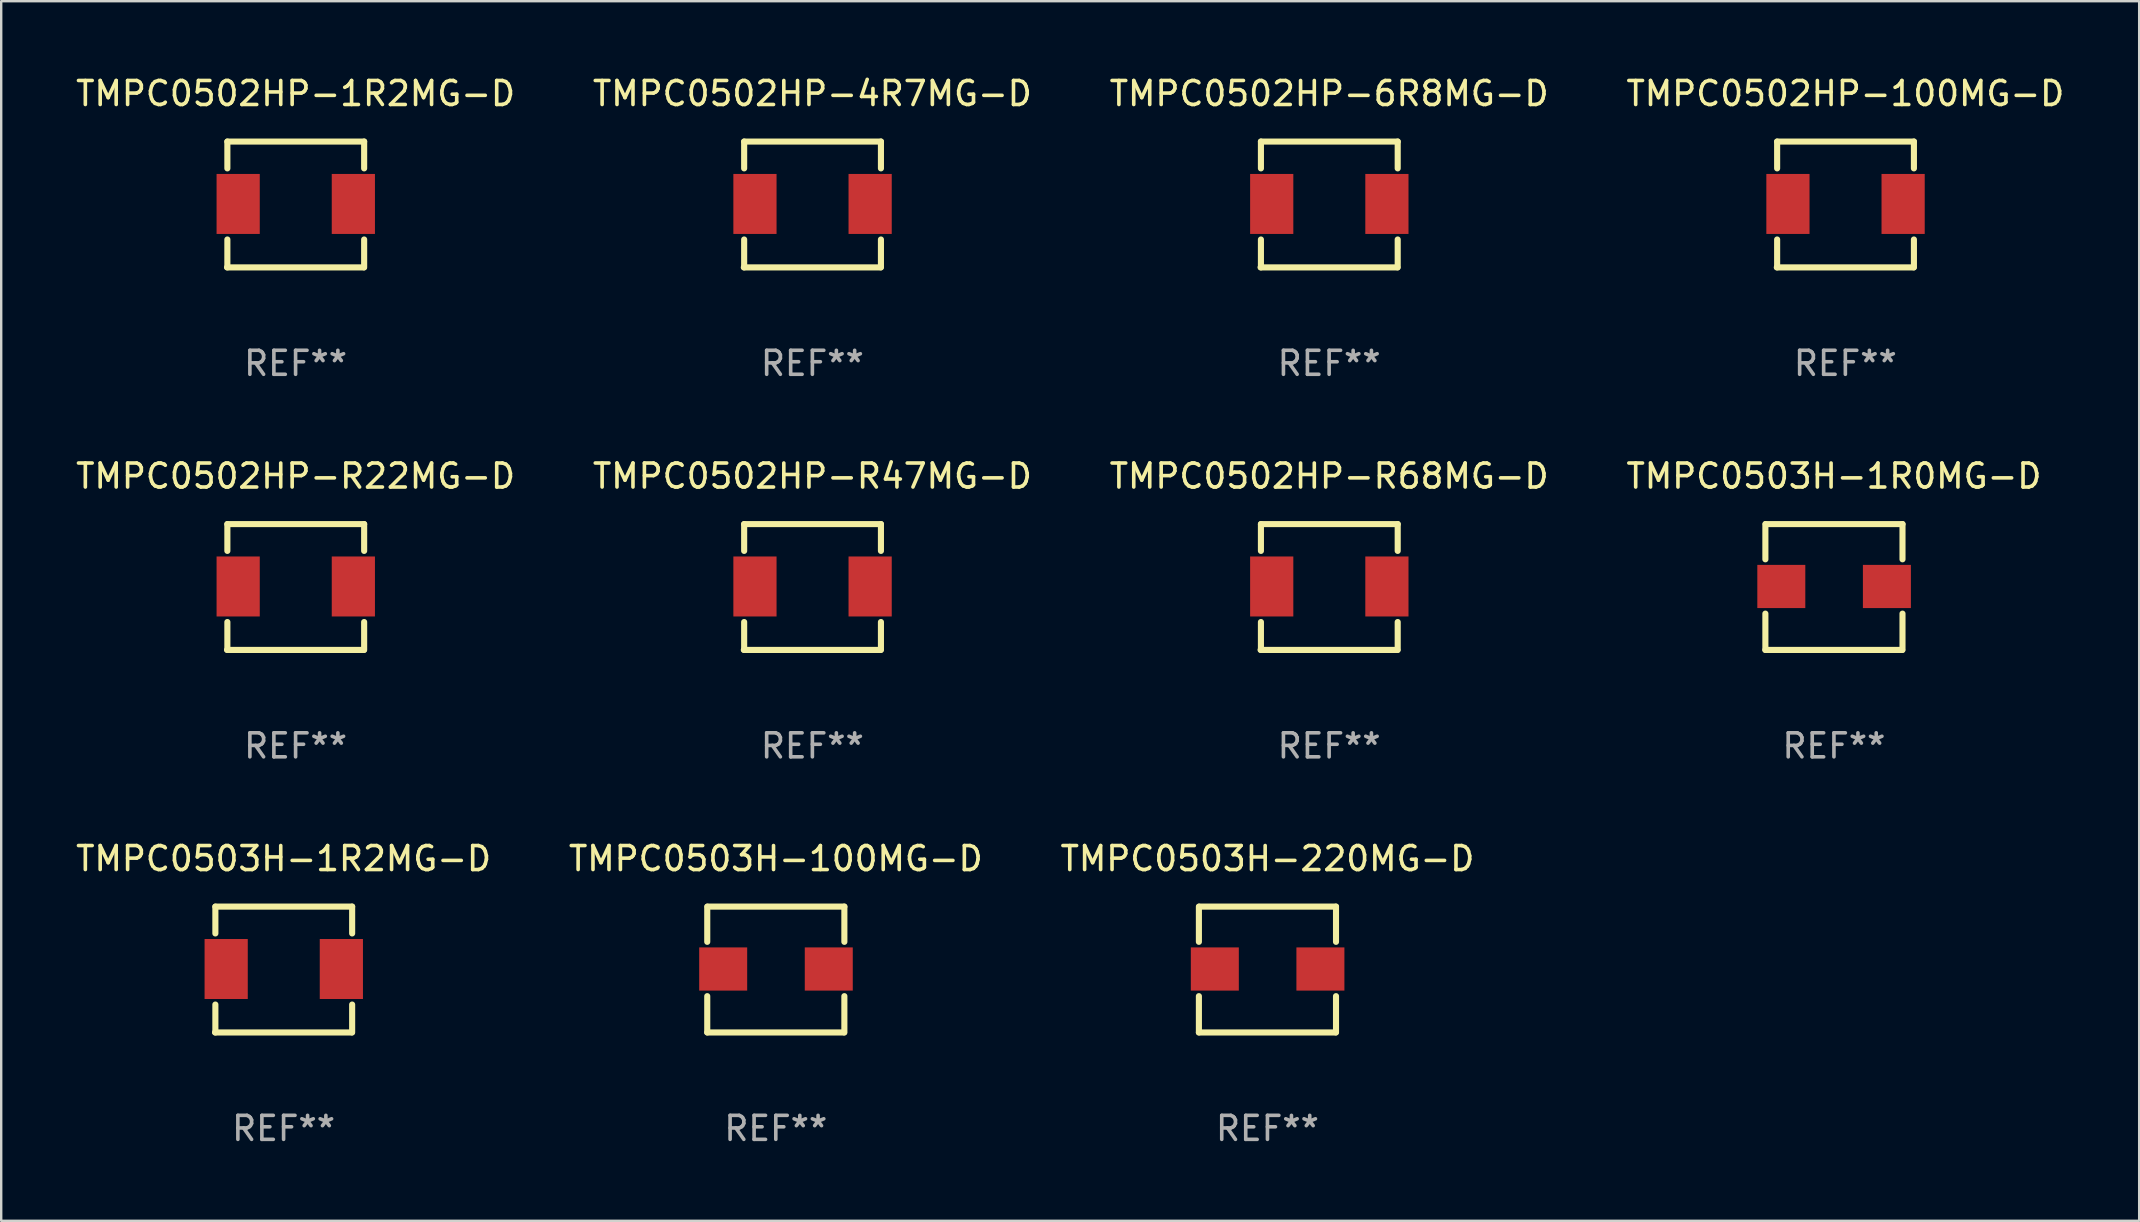
<source format=kicad_pcb>
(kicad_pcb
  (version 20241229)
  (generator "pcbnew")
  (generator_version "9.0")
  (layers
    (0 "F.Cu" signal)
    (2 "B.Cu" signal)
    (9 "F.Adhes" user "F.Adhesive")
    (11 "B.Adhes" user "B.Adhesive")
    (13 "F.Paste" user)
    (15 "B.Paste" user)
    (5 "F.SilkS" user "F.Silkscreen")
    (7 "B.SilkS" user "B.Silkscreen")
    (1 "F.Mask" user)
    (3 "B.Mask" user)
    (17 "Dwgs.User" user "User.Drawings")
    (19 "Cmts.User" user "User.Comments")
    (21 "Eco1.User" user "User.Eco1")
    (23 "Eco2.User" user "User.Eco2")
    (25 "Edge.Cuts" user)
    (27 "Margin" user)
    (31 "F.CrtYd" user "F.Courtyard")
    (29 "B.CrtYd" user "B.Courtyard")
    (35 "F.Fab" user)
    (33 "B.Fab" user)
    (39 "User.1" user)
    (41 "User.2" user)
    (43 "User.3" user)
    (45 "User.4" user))
  (footprint "TMPC0503H-1R0MG-D"
    (layer "F.Cu")
    (at 73.375 21.412)
    (property "Reference" "TMPC0503H-1R0MG-D" (at 0 -4.622 0) (layer "F.SilkS") (effects (font (size 1 1) (thickness 0.15))))
    (attr through_hole)
    (fp_line (start -2.857 -1.154) (end -2.857 -2.622) (stroke (width 0.254) (type solid)) (layer "F.SilkS"))
    (fp_line (start -2.857 2.622) (end -2.857 1.109) (stroke (width 0.254) (type solid)) (layer "F.SilkS"))
    (fp_line (start -2.843 -2.622) (end 2.857 -2.622) (stroke (width 0.254) (type solid)) (layer "F.SilkS"))
    (fp_line (start 2.843 2.622) (end -2.857 2.622) (stroke (width 0.254) (type solid)) (layer "F.SilkS"))
    (fp_line (start 2.857 -2.622) (end 2.857 -1.154) (stroke (width 0.254) (type solid)) (layer "F.SilkS"))
    (fp_line (start 2.857 1.109) (end 2.857 2.622) (stroke (width 0.254) (type solid)) (layer "F.SilkS"))
    (fp_circle (center -2.843 2.578) (end -2.813 2.578) (stroke (width 0.06) (type solid)) (fill no) (layer "F.SilkS"))
    (fp_text user "REF**" (at 0 6.622 0) (layer "F.Fab") (effects (font (size 1 1) (thickness 0.15))))
    (pad "1" smd rect (at -2.193 -0.022 270) (size 1.8 2) (layers "F.Cu" "F.Mask" "F.Paste"))
    (pad "2" smd rect (at 2.207 -0.022 270) (size 1.8 2) (layers "F.Cu" "F.Mask" "F.Paste")))
  (footprint "TMPC0502HP-6R8MG-D"
    (layer "F.Cu")
    (at 52.339 5.471)
    (property "Reference" "TMPC0502HP-6R8MG-D" (at 0 -4.622 0) (layer "F.SilkS") (effects (font (size 1 1) (thickness 0.15))))
    (attr through_hole)
    (fp_line (start -2.843 -2.622) (end -2.843 -1.504) (stroke (width 0.254) (type solid)) (layer "F.SilkS"))
    (fp_line (start -2.843 -2.622) (end 2.857 -2.622) (stroke (width 0.254) (type solid)) (layer "F.SilkS"))
    (fp_line (start -2.843 1.459) (end -2.843 2.622) (stroke (width 0.254) (type solid)) (layer "F.SilkS"))
    (fp_line (start 2.843 2.622) (end -2.857 2.622) (stroke (width 0.254) (type solid)) (layer "F.SilkS"))
    (fp_line (start 2.857 -2.622) (end 2.857 -1.504) (stroke (width 0.254) (type solid)) (layer "F.SilkS"))
    (fp_line (start 2.857 1.459) (end 2.857 2.622) (stroke (width 0.254) (type solid)) (layer "F.SilkS"))
    (fp_circle (center -2.843 2.578) (end -2.813 2.578) (stroke (width 0.06) (type solid)) (fill no) (layer "F.SilkS"))
    (fp_text user "REF**" (at 0 6.622 0) (layer "F.Fab") (effects (font (size 1 1) (thickness 0.15))))
    (pad "1" smd rect (at -2.393 -0.022 270) (size 2.5 1.8) (layers "F.Cu" "F.Mask" "F.Paste"))
    (pad "2" smd rect (at 2.407 -0.022 270) (size 2.5 1.8) (layers "F.Cu" "F.Mask" "F.Paste")))
  (footprint "TMPC0502HP-R68MG-D"
    (layer "F.Cu")
    (at 52.339 21.412)
    (property "Reference" "TMPC0502HP-R68MG-D" (at 0 -4.622 0) (layer "F.SilkS") (effects (font (size 1 1) (thickness 0.15))))
    (attr through_hole)
    (fp_line (start -2.843 -2.622) (end -2.843 -1.504) (stroke (width 0.254) (type solid)) (layer "F.SilkS"))
    (fp_line (start -2.843 -2.622) (end 2.857 -2.622) (stroke (width 0.254) (type solid)) (layer "F.SilkS"))
    (fp_line (start -2.843 1.459) (end -2.843 2.622) (stroke (width 0.254) (type solid)) (layer "F.SilkS"))
    (fp_line (start 2.843 2.622) (end -2.857 2.622) (stroke (width 0.254) (type solid)) (layer "F.SilkS"))
    (fp_line (start 2.857 -2.622) (end 2.857 -1.504) (stroke (width 0.254) (type solid)) (layer "F.SilkS"))
    (fp_line (start 2.857 1.459) (end 2.857 2.622) (stroke (width 0.254) (type solid)) (layer "F.SilkS"))
    (fp_circle (center -2.843 2.578) (end -2.813 2.578) (stroke (width 0.06) (type solid)) (fill no) (layer "F.SilkS"))
    (fp_text user "REF**" (at 0 6.622 0) (layer "F.Fab") (effects (font (size 1 1) (thickness 0.15))))
    (pad "1" smd rect (at -2.393 -0.022 270) (size 2.5 1.8) (layers "F.Cu" "F.Mask" "F.Paste"))
    (pad "2" smd rect (at 2.407 -0.022 270) (size 2.5 1.8) (layers "F.Cu" "F.Mask" "F.Paste")))
  (footprint "TMPC0502HP-1R2MG-D"
    (layer "F.Cu")
    (at 9.268 5.471)
    (property "Reference" "TMPC0502HP-1R2MG-D" (at 0 -4.622 0) (layer "F.SilkS") (effects (font (size 1 1) (thickness 0.15))))
    (attr through_hole)
    (fp_line (start -2.843 -2.622) (end -2.843 -1.504) (stroke (width 0.254) (type solid)) (layer "F.SilkS"))
    (fp_line (start -2.843 -2.622) (end 2.857 -2.622) (stroke (width 0.254) (type solid)) (layer "F.SilkS"))
    (fp_line (start -2.843 1.459) (end -2.843 2.622) (stroke (width 0.254) (type solid)) (layer "F.SilkS"))
    (fp_line (start 2.843 2.622) (end -2.857 2.622) (stroke (width 0.254) (type solid)) (layer "F.SilkS"))
    (fp_line (start 2.857 -2.622) (end 2.857 -1.504) (stroke (width 0.254) (type solid)) (layer "F.SilkS"))
    (fp_line (start 2.857 1.459) (end 2.857 2.622) (stroke (width 0.254) (type solid)) (layer "F.SilkS"))
    (fp_circle (center -2.843 2.578) (end -2.813 2.578) (stroke (width 0.06) (type solid)) (fill no) (layer "F.SilkS"))
    (fp_text user "REF**" (at 0 6.622 0) (layer "F.Fab") (effects (font (size 1 1) (thickness 0.15))))
    (pad "1" smd rect (at -2.393 -0.022 270) (size 2.5 1.8) (layers "F.Cu" "F.Mask" "F.Paste"))
    (pad "2" smd rect (at 2.407 -0.022 270) (size 2.5 1.8) (layers "F.Cu" "F.Mask" "F.Paste")))
  (footprint "TMPC0502HP-100MG-D"
    (layer "F.Cu")
    (at 73.851 5.471)
    (property "Reference" "TMPC0502HP-100MG-D" (at 0 -4.622 0) (layer "F.SilkS") (effects (font (size 1 1) (thickness 0.15))))
    (attr through_hole)
    (fp_line (start -2.843 -2.622) (end -2.843 -1.504) (stroke (width 0.254) (type solid)) (layer "F.SilkS"))
    (fp_line (start -2.843 -2.622) (end 2.857 -2.622) (stroke (width 0.254) (type solid)) (layer "F.SilkS"))
    (fp_line (start -2.843 1.459) (end -2.843 2.622) (stroke (width 0.254) (type solid)) (layer "F.SilkS"))
    (fp_line (start 2.843 2.622) (end -2.857 2.622) (stroke (width 0.254) (type solid)) (layer "F.SilkS"))
    (fp_line (start 2.857 -2.622) (end 2.857 -1.504) (stroke (width 0.254) (type solid)) (layer "F.SilkS"))
    (fp_line (start 2.857 1.459) (end 2.857 2.622) (stroke (width 0.254) (type solid)) (layer "F.SilkS"))
    (fp_circle (center -2.843 2.578) (end -2.813 2.578) (stroke (width 0.06) (type solid)) (fill no) (layer "F.SilkS"))
    (fp_text user "REF**" (at 0 6.622 0) (layer "F.Fab") (effects (font (size 1 1) (thickness 0.15))))
    (pad "1" smd rect (at -2.393 -0.022 270) (size 2.5 1.8) (layers "F.Cu" "F.Mask" "F.Paste"))
    (pad "2" smd rect (at 2.407 -0.022 270) (size 2.5 1.8) (layers "F.Cu" "F.Mask" "F.Paste")))
  (footprint "TMPC0503H-100MG-D"
    (layer "F.Cu")
    (at 29.28 37.353)
    (property "Reference" "TMPC0503H-100MG-D" (at 0 -4.622 0) (layer "F.SilkS") (effects (font (size 1 1) (thickness 0.15))))
    (attr through_hole)
    (fp_line (start -2.857 -1.154) (end -2.857 -2.622) (stroke (width 0.254) (type solid)) (layer "F.SilkS"))
    (fp_line (start -2.857 2.622) (end -2.857 1.109) (stroke (width 0.254) (type solid)) (layer "F.SilkS"))
    (fp_line (start -2.843 -2.622) (end 2.857 -2.622) (stroke (width 0.254) (type solid)) (layer "F.SilkS"))
    (fp_line (start 2.843 2.622) (end -2.857 2.622) (stroke (width 0.254) (type solid)) (layer "F.SilkS"))
    (fp_line (start 2.857 -2.622) (end 2.857 -1.154) (stroke (width 0.254) (type solid)) (layer "F.SilkS"))
    (fp_line (start 2.857 1.109) (end 2.857 2.622) (stroke (width 0.254) (type solid)) (layer "F.SilkS"))
    (fp_circle (center -2.843 2.578) (end -2.813 2.578) (stroke (width 0.06) (type solid)) (fill no) (layer "F.SilkS"))
    (fp_text user "REF**" (at 0 6.622 0) (layer "F.Fab") (effects (font (size 1 1) (thickness 0.15))))
    (pad "1" smd rect (at -2.193 -0.022 270) (size 1.8 2) (layers "F.Cu" "F.Mask" "F.Paste"))
    (pad "2" smd rect (at 2.207 -0.022 270) (size 1.8 2) (layers "F.Cu" "F.Mask" "F.Paste")))
  (footprint "TMPC0502HP-4R7MG-D"
    (layer "F.Cu")
    (at 30.804 5.471)
    (property "Reference" "TMPC0502HP-4R7MG-D" (at 0 -4.622 0) (layer "F.SilkS") (effects (font (size 1 1) (thickness 0.15))))
    (attr through_hole)
    (fp_line (start -2.843 -2.622) (end -2.843 -1.504) (stroke (width 0.254) (type solid)) (layer "F.SilkS"))
    (fp_line (start -2.843 -2.622) (end 2.857 -2.622) (stroke (width 0.254) (type solid)) (layer "F.SilkS"))
    (fp_line (start -2.843 1.459) (end -2.843 2.622) (stroke (width 0.254) (type solid)) (layer "F.SilkS"))
    (fp_line (start 2.843 2.622) (end -2.857 2.622) (stroke (width 0.254) (type solid)) (layer "F.SilkS"))
    (fp_line (start 2.857 -2.622) (end 2.857 -1.504) (stroke (width 0.254) (type solid)) (layer "F.SilkS"))
    (fp_line (start 2.857 1.459) (end 2.857 2.622) (stroke (width 0.254) (type solid)) (layer "F.SilkS"))
    (fp_circle (center -2.843 2.578) (end -2.813 2.578) (stroke (width 0.06) (type solid)) (fill no) (layer "F.SilkS"))
    (fp_text user "REF**" (at 0 6.622 0) (layer "F.Fab") (effects (font (size 1 1) (thickness 0.15))))
    (pad "1" smd rect (at -2.393 -0.022 270) (size 2.5 1.8) (layers "F.Cu" "F.Mask" "F.Paste"))
    (pad "2" smd rect (at 2.407 -0.022 270) (size 2.5 1.8) (layers "F.Cu" "F.Mask" "F.Paste")))
  (footprint "TMPC0502HP-R47MG-D"
    (layer "F.Cu")
    (at 30.804 21.412)
    (property "Reference" "TMPC0502HP-R47MG-D" (at 0 -4.622 0) (layer "F.SilkS") (effects (font (size 1 1) (thickness 0.15))))
    (attr through_hole)
    (fp_line (start -2.843 -2.622) (end -2.843 -1.504) (stroke (width 0.254) (type solid)) (layer "F.SilkS"))
    (fp_line (start -2.843 -2.622) (end 2.857 -2.622) (stroke (width 0.254) (type solid)) (layer "F.SilkS"))
    (fp_line (start -2.843 1.459) (end -2.843 2.622) (stroke (width 0.254) (type solid)) (layer "F.SilkS"))
    (fp_line (start 2.843 2.622) (end -2.857 2.622) (stroke (width 0.254) (type solid)) (layer "F.SilkS"))
    (fp_line (start 2.857 -2.622) (end 2.857 -1.504) (stroke (width 0.254) (type solid)) (layer "F.SilkS"))
    (fp_line (start 2.857 1.459) (end 2.857 2.622) (stroke (width 0.254) (type solid)) (layer "F.SilkS"))
    (fp_circle (center -2.843 2.578) (end -2.813 2.578) (stroke (width 0.06) (type solid)) (fill no) (layer "F.SilkS"))
    (fp_text user "REF**" (at 0 6.622 0) (layer "F.Fab") (effects (font (size 1 1) (thickness 0.15))))
    (pad "1" smd rect (at -2.393 -0.022 270) (size 2.5 1.8) (layers "F.Cu" "F.Mask" "F.Paste"))
    (pad "2" smd rect (at 2.407 -0.022 270) (size 2.5 1.8) (layers "F.Cu" "F.Mask" "F.Paste")))
  (footprint "TMPC0503H-220MG-D"
    (layer "F.Cu")
    (at 49.768 37.353)
    (property "Reference" "TMPC0503H-220MG-D" (at 0 -4.622 0) (layer "F.SilkS") (effects (font (size 1 1) (thickness 0.15))))
    (attr through_hole)
    (fp_line (start -2.857 -1.154) (end -2.857 -2.622) (stroke (width 0.254) (type solid)) (layer "F.SilkS"))
    (fp_line (start -2.857 2.622) (end -2.857 1.109) (stroke (width 0.254) (type solid)) (layer "F.SilkS"))
    (fp_line (start -2.843 -2.622) (end 2.857 -2.622) (stroke (width 0.254) (type solid)) (layer "F.SilkS"))
    (fp_line (start 2.843 2.622) (end -2.857 2.622) (stroke (width 0.254) (type solid)) (layer "F.SilkS"))
    (fp_line (start 2.857 -2.622) (end 2.857 -1.154) (stroke (width 0.254) (type solid)) (layer "F.SilkS"))
    (fp_line (start 2.857 1.109) (end 2.857 2.622) (stroke (width 0.254) (type solid)) (layer "F.SilkS"))
    (fp_circle (center -2.843 2.578) (end -2.813 2.578) (stroke (width 0.06) (type solid)) (fill no) (layer "F.SilkS"))
    (fp_text user "REF**" (at 0 6.622 0) (layer "F.Fab") (effects (font (size 1 1) (thickness 0.15))))
    (pad "1" smd rect (at -2.193 -0.022 270) (size 1.8 2) (layers "F.Cu" "F.Mask" "F.Paste"))
    (pad "2" smd rect (at 2.207 -0.022 270) (size 1.8 2) (layers "F.Cu" "F.Mask" "F.Paste")))
  (footprint "TMPC0503H-1R2MG-D"
    (layer "F.Cu")
    (at 8.768 37.353)
    (property "Reference" "TMPC0503H-1R2MG-D" (at 0 -4.622 0) (layer "F.SilkS") (effects (font (size 1 1) (thickness 0.15))))
    (attr through_hole)
    (fp_line (start -2.843 -2.622) (end -2.843 -1.504) (stroke (width 0.254) (type solid)) (layer "F.SilkS"))
    (fp_line (start -2.843 -2.622) (end 2.857 -2.622) (stroke (width 0.254) (type solid)) (layer "F.SilkS"))
    (fp_line (start -2.843 1.459) (end -2.843 2.622) (stroke (width 0.254) (type solid)) (layer "F.SilkS"))
    (fp_line (start 2.843 2.622) (end -2.857 2.622) (stroke (width 0.254) (type solid)) (layer "F.SilkS"))
    (fp_line (start 2.857 -2.622) (end 2.857 -1.504) (stroke (width 0.254) (type solid)) (layer "F.SilkS"))
    (fp_line (start 2.857 1.459) (end 2.857 2.622) (stroke (width 0.254) (type solid)) (layer "F.SilkS"))
    (fp_circle (center -2.843 2.578) (end -2.813 2.578) (stroke (width 0.06) (type solid)) (fill no) (layer "F.SilkS"))
    (fp_text user "REF**" (at 0 6.622 0) (layer "F.Fab") (effects (font (size 1 1) (thickness 0.15))))
    (pad "1" smd rect (at -2.393 -0.022 270) (size 2.5 1.8) (layers "F.Cu" "F.Mask" "F.Paste"))
    (pad "2" smd rect (at 2.407 -0.022 270) (size 2.5 1.8) (layers "F.Cu" "F.Mask" "F.Paste")))
  (footprint "TMPC0502HP-R22MG-D"
    (layer "F.Cu")
    (at 9.268 21.412)
    (property "Reference" "TMPC0502HP-R22MG-D" (at 0 -4.622 0) (layer "F.SilkS") (effects (font (size 1 1) (thickness 0.15))))
    (attr through_hole)
    (fp_line (start -2.843 -2.622) (end -2.843 -1.504) (stroke (width 0.254) (type solid)) (layer "F.SilkS"))
    (fp_line (start -2.843 -2.622) (end 2.857 -2.622) (stroke (width 0.254) (type solid)) (layer "F.SilkS"))
    (fp_line (start -2.843 1.459) (end -2.843 2.622) (stroke (width 0.254) (type solid)) (layer "F.SilkS"))
    (fp_line (start 2.843 2.622) (end -2.857 2.622) (stroke (width 0.254) (type solid)) (layer "F.SilkS"))
    (fp_line (start 2.857 -2.622) (end 2.857 -1.504) (stroke (width 0.254) (type solid)) (layer "F.SilkS"))
    (fp_line (start 2.857 1.459) (end 2.857 2.622) (stroke (width 0.254) (type solid)) (layer "F.SilkS"))
    (fp_circle (center -2.843 2.578) (end -2.813 2.578) (stroke (width 0.06) (type solid)) (fill no) (layer "F.SilkS"))
    (fp_text user "REF**" (at 0 6.622 0) (layer "F.Fab") (effects (font (size 1 1) (thickness 0.15))))
    (pad "1" smd rect (at -2.393 -0.022 270) (size 2.5 1.8) (layers "F.Cu" "F.Mask" "F.Paste"))
    (pad "2" smd rect (at 2.407 -0.022 270) (size 2.5 1.8) (layers "F.Cu" "F.Mask" "F.Paste")))
  (gr_rect
    (start -3 -3)
    (end 86.095 47.824)
    (stroke (width 0.1) (type default))
    (fill no)
    (layer "Edge.Cuts")))
</source>
